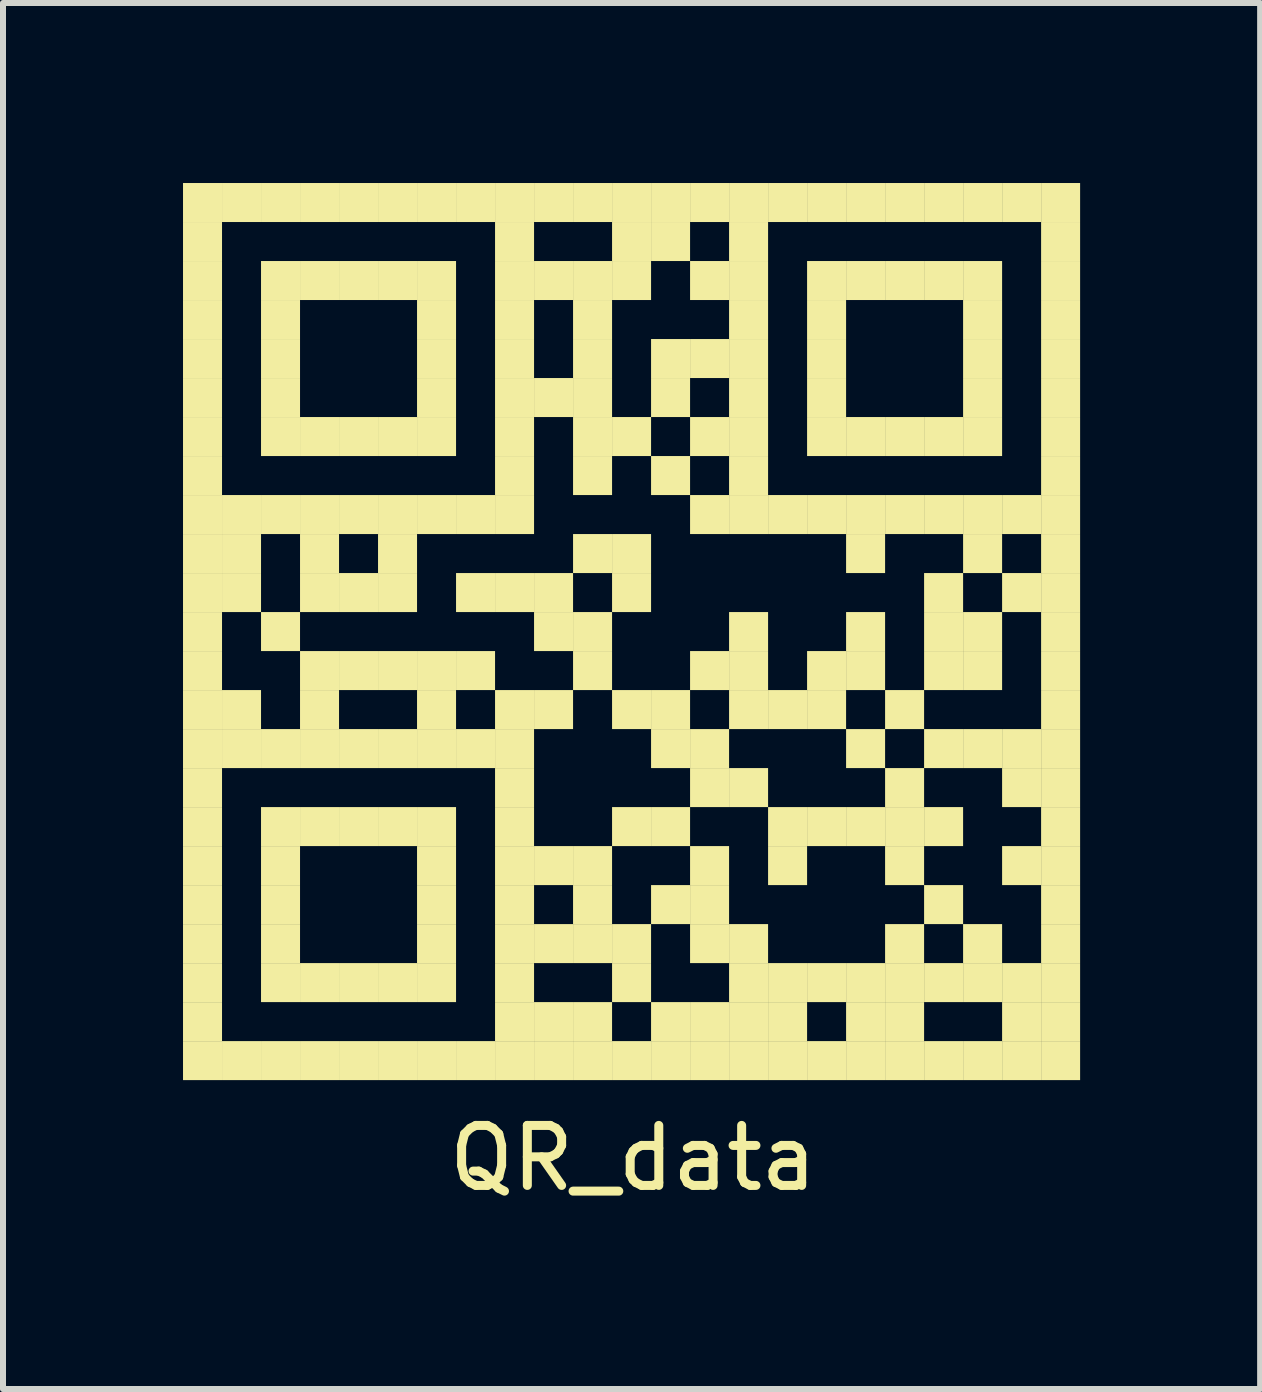
<source format=kicad_pcb>
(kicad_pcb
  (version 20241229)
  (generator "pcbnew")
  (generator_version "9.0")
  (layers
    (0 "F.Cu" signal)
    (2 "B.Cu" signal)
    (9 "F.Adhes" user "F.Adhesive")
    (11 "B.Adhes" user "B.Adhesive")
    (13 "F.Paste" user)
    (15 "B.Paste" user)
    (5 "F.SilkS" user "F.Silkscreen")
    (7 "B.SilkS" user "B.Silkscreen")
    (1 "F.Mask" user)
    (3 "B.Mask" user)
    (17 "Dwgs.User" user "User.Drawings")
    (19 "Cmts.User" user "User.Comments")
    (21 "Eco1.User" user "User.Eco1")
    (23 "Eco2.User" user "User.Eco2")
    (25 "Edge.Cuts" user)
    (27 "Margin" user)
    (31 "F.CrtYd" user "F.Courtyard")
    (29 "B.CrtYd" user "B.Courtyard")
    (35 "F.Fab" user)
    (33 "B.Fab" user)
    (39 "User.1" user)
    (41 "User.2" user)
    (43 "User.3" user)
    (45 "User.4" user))
  (footprint "QR_data"
    (layer "F.Cu")
    (at 7.5 7.5)
    (property "Reference" "QR_data" (at 0 8.75 0) (layer "F.SilkS") (effects (font (size 1 1) (thickness 0.15))))
    (attr exclude_from_pos_files exclude_from_bom allow_missing_courtyard)
    (fp_poly (pts (xy -7.5 -7.5) (xy -7.5 -6.85) (xy -6.85 -6.85) (xy -6.85 -7.5)) (stroke (width 0) (type solid)) (fill yes) (layer "F.SilkS"))
    (fp_poly (pts (xy -7.5 -6.85) (xy -7.5 -6.2) (xy -6.85 -6.2) (xy -6.85 -6.85)) (stroke (width 0) (type solid)) (fill yes) (layer "F.SilkS"))
    (fp_poly (pts (xy -7.5 -6.2) (xy -7.5 -5.55) (xy -6.85 -5.55) (xy -6.85 -6.2)) (stroke (width 0) (type solid)) (fill yes) (layer "F.SilkS"))
    (fp_poly (pts (xy -7.5 -5.55) (xy -7.5 -4.9) (xy -6.85 -4.9) (xy -6.85 -5.55)) (stroke (width 0) (type solid)) (fill yes) (layer "F.SilkS"))
    (fp_poly (pts (xy -7.5 -4.9) (xy -7.5 -4.25) (xy -6.85 -4.25) (xy -6.85 -4.9)) (stroke (width 0) (type solid)) (fill yes) (layer "F.SilkS"))
    (fp_poly (pts (xy -7.5 -4.25) (xy -7.5 -3.6) (xy -6.85 -3.6) (xy -6.85 -4.25)) (stroke (width 0) (type solid)) (fill yes) (layer "F.SilkS"))
    (fp_poly (pts (xy -7.5 -3.6) (xy -7.5 -2.95) (xy -6.85 -2.95) (xy -6.85 -3.6)) (stroke (width 0) (type solid)) (fill yes) (layer "F.SilkS"))
    (fp_poly (pts (xy -7.5 -2.95) (xy -7.5 -2.3) (xy -6.85 -2.3) (xy -6.85 -2.95)) (stroke (width 0) (type solid)) (fill yes) (layer "F.SilkS"))
    (fp_poly (pts (xy -7.5 -2.3) (xy -7.5 -1.65) (xy -6.85 -1.65) (xy -6.85 -2.3)) (stroke (width 0) (type solid)) (fill yes) (layer "F.SilkS"))
    (fp_poly (pts (xy -7.5 -1.65) (xy -7.5 -1) (xy -6.85 -1) (xy -6.85 -1.65)) (stroke (width 0) (type solid)) (fill yes) (layer "F.SilkS"))
    (fp_poly (pts (xy -7.5 -1) (xy -7.5 -0.35) (xy -6.85 -0.35) (xy -6.85 -1)) (stroke (width 0) (type solid)) (fill yes) (layer "F.SilkS"))
    (fp_poly (pts (xy -7.5 -0.35) (xy -7.5 0.3) (xy -6.85 0.3) (xy -6.85 -0.35)) (stroke (width 0) (type solid)) (fill yes) (layer "F.SilkS"))
    (fp_poly (pts (xy -7.5 0.3) (xy -7.5 0.95) (xy -6.85 0.95) (xy -6.85 0.3)) (stroke (width 0) (type solid)) (fill yes) (layer "F.SilkS"))
    (fp_poly (pts (xy -7.5 0.95) (xy -7.5 1.6) (xy -6.85 1.6) (xy -6.85 0.95)) (stroke (width 0) (type solid)) (fill yes) (layer "F.SilkS"))
    (fp_poly (pts (xy -7.5 1.6) (xy -7.5 2.25) (xy -6.85 2.25) (xy -6.85 1.6)) (stroke (width 0) (type solid)) (fill yes) (layer "F.SilkS"))
    (fp_poly (pts (xy -7.5 2.25) (xy -7.5 2.9) (xy -6.85 2.9) (xy -6.85 2.25)) (stroke (width 0) (type solid)) (fill yes) (layer "F.SilkS"))
    (fp_poly (pts (xy -7.5 2.9) (xy -7.5 3.55) (xy -6.85 3.55) (xy -6.85 2.9)) (stroke (width 0) (type solid)) (fill yes) (layer "F.SilkS"))
    (fp_poly (pts (xy -7.5 3.55) (xy -7.5 4.2) (xy -6.85 4.2) (xy -6.85 3.55)) (stroke (width 0) (type solid)) (fill yes) (layer "F.SilkS"))
    (fp_poly (pts (xy -7.5 4.2) (xy -7.5 4.85) (xy -6.85 4.85) (xy -6.85 4.2)) (stroke (width 0) (type solid)) (fill yes) (layer "F.SilkS"))
    (fp_poly (pts (xy -7.5 4.85) (xy -7.5 5.5) (xy -6.85 5.5) (xy -6.85 4.85)) (stroke (width 0) (type solid)) (fill yes) (layer "F.SilkS"))
    (fp_poly (pts (xy -7.5 5.5) (xy -7.5 6.15) (xy -6.85 6.15) (xy -6.85 5.5)) (stroke (width 0) (type solid)) (fill yes) (layer "F.SilkS"))
    (fp_poly (pts (xy -7.5 6.15) (xy -7.5 6.8) (xy -6.85 6.8) (xy -6.85 6.15)) (stroke (width 0) (type solid)) (fill yes) (layer "F.SilkS"))
    (fp_poly (pts (xy -7.5 6.8) (xy -7.5 7.45) (xy -6.85 7.45) (xy -6.85 6.8)) (stroke (width 0) (type solid)) (fill yes) (layer "F.SilkS"))
    (fp_poly (pts (xy -6.85 -7.5) (xy -6.85 -6.85) (xy -6.2 -6.85) (xy -6.2 -7.5)) (stroke (width 0) (type solid)) (fill yes) (layer "F.SilkS"))
    (fp_poly (pts (xy -6.85 -2.3) (xy -6.85 -1.65) (xy -6.2 -1.65) (xy -6.2 -2.3)) (stroke (width 0) (type solid)) (fill yes) (layer "F.SilkS"))
    (fp_poly (pts (xy -6.85 -1.65) (xy -6.85 -1) (xy -6.2 -1) (xy -6.2 -1.65)) (stroke (width 0) (type solid)) (fill yes) (layer "F.SilkS"))
    (fp_poly (pts (xy -6.85 -1) (xy -6.85 -0.35) (xy -6.2 -0.35) (xy -6.2 -1)) (stroke (width 0) (type solid)) (fill yes) (layer "F.SilkS"))
    (fp_poly (pts (xy -6.85 0.95) (xy -6.85 1.6) (xy -6.2 1.6) (xy -6.2 0.95)) (stroke (width 0) (type solid)) (fill yes) (layer "F.SilkS"))
    (fp_poly (pts (xy -6.85 1.6) (xy -6.85 2.25) (xy -6.2 2.25) (xy -6.2 1.6)) (stroke (width 0) (type solid)) (fill yes) (layer "F.SilkS"))
    (fp_poly (pts (xy -6.85 6.8) (xy -6.85 7.45) (xy -6.2 7.45) (xy -6.2 6.8)) (stroke (width 0) (type solid)) (fill yes) (layer "F.SilkS"))
    (fp_poly (pts (xy -6.2 -7.5) (xy -6.2 -6.85) (xy -5.55 -6.85) (xy -5.55 -7.5)) (stroke (width 0) (type solid)) (fill yes) (layer "F.SilkS"))
    (fp_poly (pts (xy -6.2 -6.2) (xy -6.2 -5.55) (xy -5.55 -5.55) (xy -5.55 -6.2)) (stroke (width 0) (type solid)) (fill yes) (layer "F.SilkS"))
    (fp_poly (pts (xy -6.2 -5.55) (xy -6.2 -4.9) (xy -5.55 -4.9) (xy -5.55 -5.55)) (stroke (width 0) (type solid)) (fill yes) (layer "F.SilkS"))
    (fp_poly (pts (xy -6.2 -4.9) (xy -6.2 -4.25) (xy -5.55 -4.25) (xy -5.55 -4.9)) (stroke (width 0) (type solid)) (fill yes) (layer "F.SilkS"))
    (fp_poly (pts (xy -6.2 -4.25) (xy -6.2 -3.6) (xy -5.55 -3.6) (xy -5.55 -4.25)) (stroke (width 0) (type solid)) (fill yes) (layer "F.SilkS"))
    (fp_poly (pts (xy -6.2 -3.6) (xy -6.2 -2.95) (xy -5.55 -2.95) (xy -5.55 -3.6)) (stroke (width 0) (type solid)) (fill yes) (layer "F.SilkS"))
    (fp_poly (pts (xy -6.2 -2.3) (xy -6.2 -1.65) (xy -5.55 -1.65) (xy -5.55 -2.3)) (stroke (width 0) (type solid)) (fill yes) (layer "F.SilkS"))
    (fp_poly (pts (xy -6.2 -0.35) (xy -6.2 0.3) (xy -5.55 0.3) (xy -5.55 -0.35)) (stroke (width 0) (type solid)) (fill yes) (layer "F.SilkS"))
    (fp_poly (pts (xy -6.2 1.6) (xy -6.2 2.25) (xy -5.55 2.25) (xy -5.55 1.6)) (stroke (width 0) (type solid)) (fill yes) (layer "F.SilkS"))
    (fp_poly (pts (xy -6.2 2.9) (xy -6.2 3.55) (xy -5.55 3.55) (xy -5.55 2.9)) (stroke (width 0) (type solid)) (fill yes) (layer "F.SilkS"))
    (fp_poly (pts (xy -6.2 3.55) (xy -6.2 4.2) (xy -5.55 4.2) (xy -5.55 3.55)) (stroke (width 0) (type solid)) (fill yes) (layer "F.SilkS"))
    (fp_poly (pts (xy -6.2 4.2) (xy -6.2 4.85) (xy -5.55 4.85) (xy -5.55 4.2)) (stroke (width 0) (type solid)) (fill yes) (layer "F.SilkS"))
    (fp_poly (pts (xy -6.2 4.85) (xy -6.2 5.5) (xy -5.55 5.5) (xy -5.55 4.85)) (stroke (width 0) (type solid)) (fill yes) (layer "F.SilkS"))
    (fp_poly (pts (xy -6.2 5.5) (xy -6.2 6.15) (xy -5.55 6.15) (xy -5.55 5.5)) (stroke (width 0) (type solid)) (fill yes) (layer "F.SilkS"))
    (fp_poly (pts (xy -6.2 6.8) (xy -6.2 7.45) (xy -5.55 7.45) (xy -5.55 6.8)) (stroke (width 0) (type solid)) (fill yes) (layer "F.SilkS"))
    (fp_poly (pts (xy -5.55 -7.5) (xy -5.55 -6.85) (xy -4.9 -6.85) (xy -4.9 -7.5)) (stroke (width 0) (type solid)) (fill yes) (layer "F.SilkS"))
    (fp_poly (pts (xy -5.55 -6.2) (xy -5.55 -5.55) (xy -4.9 -5.55) (xy -4.9 -6.2)) (stroke (width 0) (type solid)) (fill yes) (layer "F.SilkS"))
    (fp_poly (pts (xy -5.55 -3.6) (xy -5.55 -2.95) (xy -4.9 -2.95) (xy -4.9 -3.6)) (stroke (width 0) (type solid)) (fill yes) (layer "F.SilkS"))
    (fp_poly (pts (xy -5.55 -2.3) (xy -5.55 -1.65) (xy -4.9 -1.65) (xy -4.9 -2.3)) (stroke (width 0) (type solid)) (fill yes) (layer "F.SilkS"))
    (fp_poly (pts (xy -5.55 -1.65) (xy -5.55 -1) (xy -4.9 -1) (xy -4.9 -1.65)) (stroke (width 0) (type solid)) (fill yes) (layer "F.SilkS"))
    (fp_poly (pts (xy -5.55 -1) (xy -5.55 -0.35) (xy -4.9 -0.35) (xy -4.9 -1)) (stroke (width 0) (type solid)) (fill yes) (layer "F.SilkS"))
    (fp_poly (pts (xy -5.55 0.3) (xy -5.55 0.95) (xy -4.9 0.95) (xy -4.9 0.3)) (stroke (width 0) (type solid)) (fill yes) (layer "F.SilkS"))
    (fp_poly (pts (xy -5.55 0.95) (xy -5.55 1.6) (xy -4.9 1.6) (xy -4.9 0.95)) (stroke (width 0) (type solid)) (fill yes) (layer "F.SilkS"))
    (fp_poly (pts (xy -5.55 1.6) (xy -5.55 2.25) (xy -4.9 2.25) (xy -4.9 1.6)) (stroke (width 0) (type solid)) (fill yes) (layer "F.SilkS"))
    (fp_poly (pts (xy -5.55 2.9) (xy -5.55 3.55) (xy -4.9 3.55) (xy -4.9 2.9)) (stroke (width 0) (type solid)) (fill yes) (layer "F.SilkS"))
    (fp_poly (pts (xy -5.55 5.5) (xy -5.55 6.15) (xy -4.9 6.15) (xy -4.9 5.5)) (stroke (width 0) (type solid)) (fill yes) (layer "F.SilkS"))
    (fp_poly (pts (xy -5.55 6.8) (xy -5.55 7.45) (xy -4.9 7.45) (xy -4.9 6.8)) (stroke (width 0) (type solid)) (fill yes) (layer "F.SilkS"))
    (fp_poly (pts (xy -4.9 -7.5) (xy -4.9 -6.85) (xy -4.25 -6.85) (xy -4.25 -7.5)) (stroke (width 0) (type solid)) (fill yes) (layer "F.SilkS"))
    (fp_poly (pts (xy -4.9 -6.2) (xy -4.9 -5.55) (xy -4.25 -5.55) (xy -4.25 -6.2)) (stroke (width 0) (type solid)) (fill yes) (layer "F.SilkS"))
    (fp_poly (pts (xy -4.9 -3.6) (xy -4.9 -2.95) (xy -4.25 -2.95) (xy -4.25 -3.6)) (stroke (width 0) (type solid)) (fill yes) (layer "F.SilkS"))
    (fp_poly (pts (xy -4.9 -2.3) (xy -4.9 -1.65) (xy -4.25 -1.65) (xy -4.25 -2.3)) (stroke (width 0) (type solid)) (fill yes) (layer "F.SilkS"))
    (fp_poly (pts (xy -4.9 -1) (xy -4.9 -0.35) (xy -4.25 -0.35) (xy -4.25 -1)) (stroke (width 0) (type solid)) (fill yes) (layer "F.SilkS"))
    (fp_poly (pts (xy -4.9 0.3) (xy -4.9 0.95) (xy -4.25 0.95) (xy -4.25 0.3)) (stroke (width 0) (type solid)) (fill yes) (layer "F.SilkS"))
    (fp_poly (pts (xy -4.9 1.6) (xy -4.9 2.25) (xy -4.25 2.25) (xy -4.25 1.6)) (stroke (width 0) (type solid)) (fill yes) (layer "F.SilkS"))
    (fp_poly (pts (xy -4.9 2.9) (xy -4.9 3.55) (xy -4.25 3.55) (xy -4.25 2.9)) (stroke (width 0) (type solid)) (fill yes) (layer "F.SilkS"))
    (fp_poly (pts (xy -4.9 5.5) (xy -4.9 6.15) (xy -4.25 6.15) (xy -4.25 5.5)) (stroke (width 0) (type solid)) (fill yes) (layer "F.SilkS"))
    (fp_poly (pts (xy -4.9 6.8) (xy -4.9 7.45) (xy -4.25 7.45) (xy -4.25 6.8)) (stroke (width 0) (type solid)) (fill yes) (layer "F.SilkS"))
    (fp_poly (pts (xy -4.25 -7.5) (xy -4.25 -6.85) (xy -3.6 -6.85) (xy -3.6 -7.5)) (stroke (width 0) (type solid)) (fill yes) (layer "F.SilkS"))
    (fp_poly (pts (xy -4.25 -6.2) (xy -4.25 -5.55) (xy -3.6 -5.55) (xy -3.6 -6.2)) (stroke (width 0) (type solid)) (fill yes) (layer "F.SilkS"))
    (fp_poly (pts (xy -4.25 -3.6) (xy -4.25 -2.95) (xy -3.6 -2.95) (xy -3.6 -3.6)) (stroke (width 0) (type solid)) (fill yes) (layer "F.SilkS"))
    (fp_poly (pts (xy -4.25 -2.3) (xy -4.25 -1.65) (xy -3.6 -1.65) (xy -3.6 -2.3)) (stroke (width 0) (type solid)) (fill yes) (layer "F.SilkS"))
    (fp_poly (pts (xy -4.25 -1.65) (xy -4.25 -1) (xy -3.6 -1) (xy -3.6 -1.65)) (stroke (width 0) (type solid)) (fill yes) (layer "F.SilkS"))
    (fp_poly (pts (xy -4.25 -1) (xy -4.25 -0.35) (xy -3.6 -0.35) (xy -3.6 -1)) (stroke (width 0) (type solid)) (fill yes) (layer "F.SilkS"))
    (fp_poly (pts (xy -4.25 0.3) (xy -4.25 0.95) (xy -3.6 0.95) (xy -3.6 0.3)) (stroke (width 0) (type solid)) (fill yes) (layer "F.SilkS"))
    (fp_poly (pts (xy -4.25 1.6) (xy -4.25 2.25) (xy -3.6 2.25) (xy -3.6 1.6)) (stroke (width 0) (type solid)) (fill yes) (layer "F.SilkS"))
    (fp_poly (pts (xy -4.25 2.9) (xy -4.25 3.55) (xy -3.6 3.55) (xy -3.6 2.9)) (stroke (width 0) (type solid)) (fill yes) (layer "F.SilkS"))
    (fp_poly (pts (xy -4.25 5.5) (xy -4.25 6.15) (xy -3.6 6.15) (xy -3.6 5.5)) (stroke (width 0) (type solid)) (fill yes) (layer "F.SilkS"))
    (fp_poly (pts (xy -4.25 6.8) (xy -4.25 7.45) (xy -3.6 7.45) (xy -3.6 6.8)) (stroke (width 0) (type solid)) (fill yes) (layer "F.SilkS"))
    (fp_poly (pts (xy -3.6 -7.5) (xy -3.6 -6.85) (xy -2.95 -6.85) (xy -2.95 -7.5)) (stroke (width 0) (type solid)) (fill yes) (layer "F.SilkS"))
    (fp_poly (pts (xy -3.6 -6.2) (xy -3.6 -5.55) (xy -2.95 -5.55) (xy -2.95 -6.2)) (stroke (width 0) (type solid)) (fill yes) (layer "F.SilkS"))
    (fp_poly (pts (xy -3.6 -5.55) (xy -3.6 -4.9) (xy -2.95 -4.9) (xy -2.95 -5.55)) (stroke (width 0) (type solid)) (fill yes) (layer "F.SilkS"))
    (fp_poly (pts (xy -3.6 -4.9) (xy -3.6 -4.25) (xy -2.95 -4.25) (xy -2.95 -4.9)) (stroke (width 0) (type solid)) (fill yes) (layer "F.SilkS"))
    (fp_poly (pts (xy -3.6 -4.25) (xy -3.6 -3.6) (xy -2.95 -3.6) (xy -2.95 -4.25)) (stroke (width 0) (type solid)) (fill yes) (layer "F.SilkS"))
    (fp_poly (pts (xy -3.6 -3.6) (xy -3.6 -2.95) (xy -2.95 -2.95) (xy -2.95 -3.6)) (stroke (width 0) (type solid)) (fill yes) (layer "F.SilkS"))
    (fp_poly (pts (xy -3.6 -2.3) (xy -3.6 -1.65) (xy -2.95 -1.65) (xy -2.95 -2.3)) (stroke (width 0) (type solid)) (fill yes) (layer "F.SilkS"))
    (fp_poly (pts (xy -3.6 0.3) (xy -3.6 0.95) (xy -2.95 0.95) (xy -2.95 0.3)) (stroke (width 0) (type solid)) (fill yes) (layer "F.SilkS"))
    (fp_poly (pts (xy -3.6 0.95) (xy -3.6 1.6) (xy -2.95 1.6) (xy -2.95 0.95)) (stroke (width 0) (type solid)) (fill yes) (layer "F.SilkS"))
    (fp_poly (pts (xy -3.6 1.6) (xy -3.6 2.25) (xy -2.95 2.25) (xy -2.95 1.6)) (stroke (width 0) (type solid)) (fill yes) (layer "F.SilkS"))
    (fp_poly (pts (xy -3.6 2.9) (xy -3.6 3.55) (xy -2.95 3.55) (xy -2.95 2.9)) (stroke (width 0) (type solid)) (fill yes) (layer "F.SilkS"))
    (fp_poly (pts (xy -3.6 3.55) (xy -3.6 4.2) (xy -2.95 4.2) (xy -2.95 3.55)) (stroke (width 0) (type solid)) (fill yes) (layer "F.SilkS"))
    (fp_poly (pts (xy -3.6 4.2) (xy -3.6 4.85) (xy -2.95 4.85) (xy -2.95 4.2)) (stroke (width 0) (type solid)) (fill yes) (layer "F.SilkS"))
    (fp_poly (pts (xy -3.6 4.85) (xy -3.6 5.5) (xy -2.95 5.5) (xy -2.95 4.85)) (stroke (width 0) (type solid)) (fill yes) (layer "F.SilkS"))
    (fp_poly (pts (xy -3.6 5.5) (xy -3.6 6.15) (xy -2.95 6.15) (xy -2.95 5.5)) (stroke (width 0) (type solid)) (fill yes) (layer "F.SilkS"))
    (fp_poly (pts (xy -3.6 6.8) (xy -3.6 7.45) (xy -2.95 7.45) (xy -2.95 6.8)) (stroke (width 0) (type solid)) (fill yes) (layer "F.SilkS"))
    (fp_poly (pts (xy -2.95 -7.5) (xy -2.95 -6.85) (xy -2.3 -6.85) (xy -2.3 -7.5)) (stroke (width 0) (type solid)) (fill yes) (layer "F.SilkS"))
    (fp_poly (pts (xy -2.95 -2.3) (xy -2.95 -1.65) (xy -2.3 -1.65) (xy -2.3 -2.3)) (stroke (width 0) (type solid)) (fill yes) (layer "F.SilkS"))
    (fp_poly (pts (xy -2.95 -1) (xy -2.95 -0.35) (xy -2.3 -0.35) (xy -2.3 -1)) (stroke (width 0) (type solid)) (fill yes) (layer "F.SilkS"))
    (fp_poly (pts (xy -2.95 0.3) (xy -2.95 0.95) (xy -2.3 0.95) (xy -2.3 0.3)) (stroke (width 0) (type solid)) (fill yes) (layer "F.SilkS"))
    (fp_poly (pts (xy -2.95 1.6) (xy -2.95 2.25) (xy -2.3 2.25) (xy -2.3 1.6)) (stroke (width 0) (type solid)) (fill yes) (layer "F.SilkS"))
    (fp_poly (pts (xy -2.95 6.8) (xy -2.95 7.45) (xy -2.3 7.45) (xy -2.3 6.8)) (stroke (width 0) (type solid)) (fill yes) (layer "F.SilkS"))
    (fp_poly (pts (xy -2.3 -7.5) (xy -2.3 -6.85) (xy -1.65 -6.85) (xy -1.65 -7.5)) (stroke (width 0) (type solid)) (fill yes) (layer "F.SilkS"))
    (fp_poly (pts (xy -2.3 -6.85) (xy -2.3 -6.2) (xy -1.65 -6.2) (xy -1.65 -6.85)) (stroke (width 0) (type solid)) (fill yes) (layer "F.SilkS"))
    (fp_poly (pts (xy -2.3 -6.2) (xy -2.3 -5.55) (xy -1.65 -5.55) (xy -1.65 -6.2)) (stroke (width 0) (type solid)) (fill yes) (layer "F.SilkS"))
    (fp_poly (pts (xy -2.3 -5.55) (xy -2.3 -4.9) (xy -1.65 -4.9) (xy -1.65 -5.55)) (stroke (width 0) (type solid)) (fill yes) (layer "F.SilkS"))
    (fp_poly (pts (xy -2.3 -4.9) (xy -2.3 -4.25) (xy -1.65 -4.25) (xy -1.65 -4.9)) (stroke (width 0) (type solid)) (fill yes) (layer "F.SilkS"))
    (fp_poly (pts (xy -2.3 -4.25) (xy -2.3 -3.6) (xy -1.65 -3.6) (xy -1.65 -4.25)) (stroke (width 0) (type solid)) (fill yes) (layer "F.SilkS"))
    (fp_poly (pts (xy -2.3 -3.6) (xy -2.3 -2.95) (xy -1.65 -2.95) (xy -1.65 -3.6)) (stroke (width 0) (type solid)) (fill yes) (layer "F.SilkS"))
    (fp_poly (pts (xy -2.3 -2.95) (xy -2.3 -2.3) (xy -1.65 -2.3) (xy -1.65 -2.95)) (stroke (width 0) (type solid)) (fill yes) (layer "F.SilkS"))
    (fp_poly (pts (xy -2.3 -2.3) (xy -2.3 -1.65) (xy -1.65 -1.65) (xy -1.65 -2.3)) (stroke (width 0) (type solid)) (fill yes) (layer "F.SilkS"))
    (fp_poly (pts (xy -2.3 -1) (xy -2.3 -0.35) (xy -1.65 -0.35) (xy -1.65 -1)) (stroke (width 0) (type solid)) (fill yes) (layer "F.SilkS"))
    (fp_poly (pts (xy -2.3 0.95) (xy -2.3 1.6) (xy -1.65 1.6) (xy -1.65 0.95)) (stroke (width 0) (type solid)) (fill yes) (layer "F.SilkS"))
    (fp_poly (pts (xy -2.3 1.6) (xy -2.3 2.25) (xy -1.65 2.25) (xy -1.65 1.6)) (stroke (width 0) (type solid)) (fill yes) (layer "F.SilkS"))
    (fp_poly (pts (xy -2.3 2.25) (xy -2.3 2.9) (xy -1.65 2.9) (xy -1.65 2.25)) (stroke (width 0) (type solid)) (fill yes) (layer "F.SilkS"))
    (fp_poly (pts (xy -2.3 2.9) (xy -2.3 3.55) (xy -1.65 3.55) (xy -1.65 2.9)) (stroke (width 0) (type solid)) (fill yes) (layer "F.SilkS"))
    (fp_poly (pts (xy -2.3 3.55) (xy -2.3 4.2) (xy -1.65 4.2) (xy -1.65 3.55)) (stroke (width 0) (type solid)) (fill yes) (layer "F.SilkS"))
    (fp_poly (pts (xy -2.3 4.2) (xy -2.3 4.85) (xy -1.65 4.85) (xy -1.65 4.2)) (stroke (width 0) (type solid)) (fill yes) (layer "F.SilkS"))
    (fp_poly (pts (xy -2.3 4.85) (xy -2.3 5.5) (xy -1.65 5.5) (xy -1.65 4.85)) (stroke (width 0) (type solid)) (fill yes) (layer "F.SilkS"))
    (fp_poly (pts (xy -2.3 5.5) (xy -2.3 6.15) (xy -1.65 6.15) (xy -1.65 5.5)) (stroke (width 0) (type solid)) (fill yes) (layer "F.SilkS"))
    (fp_poly (pts (xy -2.3 6.15) (xy -2.3 6.8) (xy -1.65 6.8) (xy -1.65 6.15)) (stroke (width 0) (type solid)) (fill yes) (layer "F.SilkS"))
    (fp_poly (pts (xy -2.3 6.8) (xy -2.3 7.45) (xy -1.65 7.45) (xy -1.65 6.8)) (stroke (width 0) (type solid)) (fill yes) (layer "F.SilkS"))
    (fp_poly (pts (xy -1.65 -7.5) (xy -1.65 -6.85) (xy -1 -6.85) (xy -1 -7.5)) (stroke (width 0) (type solid)) (fill yes) (layer "F.SilkS"))
    (fp_poly (pts (xy -1.65 -6.2) (xy -1.65 -5.55) (xy -1 -5.55) (xy -1 -6.2)) (stroke (width 0) (type solid)) (fill yes) (layer "F.SilkS"))
    (fp_poly (pts (xy -1.65 -4.25) (xy -1.65 -3.6) (xy -1 -3.6) (xy -1 -4.25)) (stroke (width 0) (type solid)) (fill yes) (layer "F.SilkS"))
    (fp_poly (pts (xy -1.65 -1) (xy -1.65 -0.35) (xy -1 -0.35) (xy -1 -1)) (stroke (width 0) (type solid)) (fill yes) (layer "F.SilkS"))
    (fp_poly (pts (xy -1.65 -0.35) (xy -1.65 0.3) (xy -1 0.3) (xy -1 -0.35)) (stroke (width 0) (type solid)) (fill yes) (layer "F.SilkS"))
    (fp_poly (pts (xy -1.65 0.95) (xy -1.65 1.6) (xy -1 1.6) (xy -1 0.95)) (stroke (width 0) (type solid)) (fill yes) (layer "F.SilkS"))
    (fp_poly (pts (xy -1.65 3.55) (xy -1.65 4.2) (xy -1 4.2) (xy -1 3.55)) (stroke (width 0) (type solid)) (fill yes) (layer "F.SilkS"))
    (fp_poly (pts (xy -1.65 4.85) (xy -1.65 5.5) (xy -1 5.5) (xy -1 4.85)) (stroke (width 0) (type solid)) (fill yes) (layer "F.SilkS"))
    (fp_poly (pts (xy -1.65 6.15) (xy -1.65 6.8) (xy -1 6.8) (xy -1 6.15)) (stroke (width 0) (type solid)) (fill yes) (layer "F.SilkS"))
    (fp_poly (pts (xy -1.65 6.8) (xy -1.65 7.45) (xy -1 7.45) (xy -1 6.8)) (stroke (width 0) (type solid)) (fill yes) (layer "F.SilkS"))
    (fp_poly (pts (xy -1 -7.5) (xy -1 -6.85) (xy -0.35 -6.85) (xy -0.35 -7.5)) (stroke (width 0) (type solid)) (fill yes) (layer "F.SilkS"))
    (fp_poly (pts (xy -1 -6.2) (xy -1 -5.55) (xy -0.35 -5.55) (xy -0.35 -6.2)) (stroke (width 0) (type solid)) (fill yes) (layer "F.SilkS"))
    (fp_poly (pts (xy -1 -5.55) (xy -1 -4.9) (xy -0.35 -4.9) (xy -0.35 -5.55)) (stroke (width 0) (type solid)) (fill yes) (layer "F.SilkS"))
    (fp_poly (pts (xy -1 -4.9) (xy -1 -4.25) (xy -0.35 -4.25) (xy -0.35 -4.9)) (stroke (width 0) (type solid)) (fill yes) (layer "F.SilkS"))
    (fp_poly (pts (xy -1 -4.25) (xy -1 -3.6) (xy -0.35 -3.6) (xy -0.35 -4.25)) (stroke (width 0) (type solid)) (fill yes) (layer "F.SilkS"))
    (fp_poly (pts (xy -1 -3.6) (xy -1 -2.95) (xy -0.35 -2.95) (xy -0.35 -3.6)) (stroke (width 0) (type solid)) (fill yes) (layer "F.SilkS"))
    (fp_poly (pts (xy -1 -2.95) (xy -1 -2.3) (xy -0.35 -2.3) (xy -0.35 -2.95)) (stroke (width 0) (type solid)) (fill yes) (layer "F.SilkS"))
    (fp_poly (pts (xy -1 -1.65) (xy -1 -1) (xy -0.35 -1) (xy -0.35 -1.65)) (stroke (width 0) (type solid)) (fill yes) (layer "F.SilkS"))
    (fp_poly (pts (xy -1 -0.35) (xy -1 0.3) (xy -0.35 0.3) (xy -0.35 -0.35)) (stroke (width 0) (type solid)) (fill yes) (layer "F.SilkS"))
    (fp_poly (pts (xy -1 0.3) (xy -1 0.95) (xy -0.35 0.95) (xy -0.35 0.3)) (stroke (width 0) (type solid)) (fill yes) (layer "F.SilkS"))
    (fp_poly (pts (xy -1 3.55) (xy -1 4.2) (xy -0.35 4.2) (xy -0.35 3.55)) (stroke (width 0) (type solid)) (fill yes) (layer "F.SilkS"))
    (fp_poly (pts (xy -1 4.2) (xy -1 4.85) (xy -0.35 4.85) (xy -0.35 4.2)) (stroke (width 0) (type solid)) (fill yes) (layer "F.SilkS"))
    (fp_poly (pts (xy -1 4.85) (xy -1 5.5) (xy -0.35 5.5) (xy -0.35 4.85)) (stroke (width 0) (type solid)) (fill yes) (layer "F.SilkS"))
    (fp_poly (pts (xy -1 6.15) (xy -1 6.8) (xy -0.35 6.8) (xy -0.35 6.15)) (stroke (width 0) (type solid)) (fill yes) (layer "F.SilkS"))
    (fp_poly (pts (xy -1 6.8) (xy -1 7.45) (xy -0.35 7.45) (xy -0.35 6.8)) (stroke (width 0) (type solid)) (fill yes) (layer "F.SilkS"))
    (fp_poly (pts (xy -0.35 -7.5) (xy -0.35 -6.85) (xy 0.3 -6.85) (xy 0.3 -7.5)) (stroke (width 0) (type solid)) (fill yes) (layer "F.SilkS"))
    (fp_poly (pts (xy -0.35 -6.85) (xy -0.35 -6.2) (xy 0.3 -6.2) (xy 0.3 -6.85)) (stroke (width 0) (type solid)) (fill yes) (layer "F.SilkS"))
    (fp_poly (pts (xy -0.35 -6.2) (xy -0.35 -5.55) (xy 0.3 -5.55) (xy 0.3 -6.2)) (stroke (width 0) (type solid)) (fill yes) (layer "F.SilkS"))
    (fp_poly (pts (xy -0.35 -3.6) (xy -0.35 -2.95) (xy 0.3 -2.95) (xy 0.3 -3.6)) (stroke (width 0) (type solid)) (fill yes) (layer "F.SilkS"))
    (fp_poly (pts (xy -0.35 -1.65) (xy -0.35 -1) (xy 0.3 -1) (xy 0.3 -1.65)) (stroke (width 0) (type solid)) (fill yes) (layer "F.SilkS"))
    (fp_poly (pts (xy -0.35 -1) (xy -0.35 -0.35) (xy 0.3 -0.35) (xy 0.3 -1)) (stroke (width 0) (type solid)) (fill yes) (layer "F.SilkS"))
    (fp_poly (pts (xy -0.35 0.95) (xy -0.35 1.6) (xy 0.3 1.6) (xy 0.3 0.95)) (stroke (width 0) (type solid)) (fill yes) (layer "F.SilkS"))
    (fp_poly (pts (xy -0.35 2.9) (xy -0.35 3.55) (xy 0.3 3.55) (xy 0.3 2.9)) (stroke (width 0) (type solid)) (fill yes) (layer "F.SilkS"))
    (fp_poly (pts (xy -0.35 4.85) (xy -0.35 5.5) (xy 0.3 5.5) (xy 0.3 4.85)) (stroke (width 0) (type solid)) (fill yes) (layer "F.SilkS"))
    (fp_poly (pts (xy -0.35 5.5) (xy -0.35 6.15) (xy 0.3 6.15) (xy 0.3 5.5)) (stroke (width 0) (type solid)) (fill yes) (layer "F.SilkS"))
    (fp_poly (pts (xy -0.35 6.8) (xy -0.35 7.45) (xy 0.3 7.45) (xy 0.3 6.8)) (stroke (width 0) (type solid)) (fill yes) (layer "F.SilkS"))
    (fp_poly (pts (xy 0.3 -7.5) (xy 0.3 -6.85) (xy 0.95 -6.85) (xy 0.95 -7.5)) (stroke (width 0) (type solid)) (fill yes) (layer "F.SilkS"))
    (fp_poly (pts (xy 0.3 -6.85) (xy 0.3 -6.2) (xy 0.95 -6.2) (xy 0.95 -6.85)) (stroke (width 0) (type solid)) (fill yes) (layer "F.SilkS"))
    (fp_poly (pts (xy 0.3 -4.9) (xy 0.3 -4.25) (xy 0.95 -4.25) (xy 0.95 -4.9)) (stroke (width 0) (type solid)) (fill yes) (layer "F.SilkS"))
    (fp_poly (pts (xy 0.3 -4.25) (xy 0.3 -3.6) (xy 0.95 -3.6) (xy 0.95 -4.25)) (stroke (width 0) (type solid)) (fill yes) (layer "F.SilkS"))
    (fp_poly (pts (xy 0.3 -2.95) (xy 0.3 -2.3) (xy 0.95 -2.3) (xy 0.95 -2.95)) (stroke (width 0) (type solid)) (fill yes) (layer "F.SilkS"))
    (fp_poly (pts (xy 0.3 0.95) (xy 0.3 1.6) (xy 0.95 1.6) (xy 0.95 0.95)) (stroke (width 0) (type solid)) (fill yes) (layer "F.SilkS"))
    (fp_poly (pts (xy 0.3 1.6) (xy 0.3 2.25) (xy 0.95 2.25) (xy 0.95 1.6)) (stroke (width 0) (type solid)) (fill yes) (layer "F.SilkS"))
    (fp_poly (pts (xy 0.3 2.9) (xy 0.3 3.55) (xy 0.95 3.55) (xy 0.95 2.9)) (stroke (width 0) (type solid)) (fill yes) (layer "F.SilkS"))
    (fp_poly (pts (xy 0.3 4.2) (xy 0.3 4.85) (xy 0.95 4.85) (xy 0.95 4.2)) (stroke (width 0) (type solid)) (fill yes) (layer "F.SilkS"))
    (fp_poly (pts (xy 0.3 6.15) (xy 0.3 6.8) (xy 0.95 6.8) (xy 0.95 6.15)) (stroke (width 0) (type solid)) (fill yes) (layer "F.SilkS"))
    (fp_poly (pts (xy 0.3 6.8) (xy 0.3 7.45) (xy 0.95 7.45) (xy 0.95 6.8)) (stroke (width 0) (type solid)) (fill yes) (layer "F.SilkS"))
    (fp_poly (pts (xy 0.95 -7.5) (xy 0.95 -6.85) (xy 1.6 -6.85) (xy 1.6 -7.5)) (stroke (width 0) (type solid)) (fill yes) (layer "F.SilkS"))
    (fp_poly (pts (xy 0.95 -6.2) (xy 0.95 -5.55) (xy 1.6 -5.55) (xy 1.6 -6.2)) (stroke (width 0) (type solid)) (fill yes) (layer "F.SilkS"))
    (fp_poly (pts (xy 0.95 -4.9) (xy 0.95 -4.25) (xy 1.6 -4.25) (xy 1.6 -4.9)) (stroke (width 0) (type solid)) (fill yes) (layer "F.SilkS"))
    (fp_poly (pts (xy 0.95 -3.6) (xy 0.95 -2.95) (xy 1.6 -2.95) (xy 1.6 -3.6)) (stroke (width 0) (type solid)) (fill yes) (layer "F.SilkS"))
    (fp_poly (pts (xy 0.95 -2.3) (xy 0.95 -1.65) (xy 1.6 -1.65) (xy 1.6 -2.3)) (stroke (width 0) (type solid)) (fill yes) (layer "F.SilkS"))
    (fp_poly (pts (xy 0.95 0.3) (xy 0.95 0.95) (xy 1.6 0.95) (xy 1.6 0.3)) (stroke (width 0) (type solid)) (fill yes) (layer "F.SilkS"))
    (fp_poly (pts (xy 0.95 1.6) (xy 0.95 2.25) (xy 1.6 2.25) (xy 1.6 1.6)) (stroke (width 0) (type solid)) (fill yes) (layer "F.SilkS"))
    (fp_poly (pts (xy 0.95 2.25) (xy 0.95 2.9) (xy 1.6 2.9) (xy 1.6 2.25)) (stroke (width 0) (type solid)) (fill yes) (layer "F.SilkS"))
    (fp_poly (pts (xy 0.95 3.55) (xy 0.95 4.2) (xy 1.6 4.2) (xy 1.6 3.55)) (stroke (width 0) (type solid)) (fill yes) (layer "F.SilkS"))
    (fp_poly (pts (xy 0.95 4.2) (xy 0.95 4.85) (xy 1.6 4.85) (xy 1.6 4.2)) (stroke (width 0) (type solid)) (fill yes) (layer "F.SilkS"))
    (fp_poly (pts (xy 0.95 4.85) (xy 0.95 5.5) (xy 1.6 5.5) (xy 1.6 4.85)) (stroke (width 0) (type solid)) (fill yes) (layer "F.SilkS"))
    (fp_poly (pts (xy 0.95 6.15) (xy 0.95 6.8) (xy 1.6 6.8) (xy 1.6 6.15)) (stroke (width 0) (type solid)) (fill yes) (layer "F.SilkS"))
    (fp_poly (pts (xy 0.95 6.8) (xy 0.95 7.45) (xy 1.6 7.45) (xy 1.6 6.8)) (stroke (width 0) (type solid)) (fill yes) (layer "F.SilkS"))
    (fp_poly (pts (xy 1.6 -7.5) (xy 1.6 -6.85) (xy 2.25 -6.85) (xy 2.25 -7.5)) (stroke (width 0) (type solid)) (fill yes) (layer "F.SilkS"))
    (fp_poly (pts (xy 1.6 -6.85) (xy 1.6 -6.2) (xy 2.25 -6.2) (xy 2.25 -6.85)) (stroke (width 0) (type solid)) (fill yes) (layer "F.SilkS"))
    (fp_poly (pts (xy 1.6 -6.2) (xy 1.6 -5.55) (xy 2.25 -5.55) (xy 2.25 -6.2)) (stroke (width 0) (type solid)) (fill yes) (layer "F.SilkS"))
    (fp_poly (pts (xy 1.6 -5.55) (xy 1.6 -4.9) (xy 2.25 -4.9) (xy 2.25 -5.55)) (stroke (width 0) (type solid)) (fill yes) (layer "F.SilkS"))
    (fp_poly (pts (xy 1.6 -4.9) (xy 1.6 -4.25) (xy 2.25 -4.25) (xy 2.25 -4.9)) (stroke (width 0) (type solid)) (fill yes) (layer "F.SilkS"))
    (fp_poly (pts (xy 1.6 -4.25) (xy 1.6 -3.6) (xy 2.25 -3.6) (xy 2.25 -4.25)) (stroke (width 0) (type solid)) (fill yes) (layer "F.SilkS"))
    (fp_poly (pts (xy 1.6 -3.6) (xy 1.6 -2.95) (xy 2.25 -2.95) (xy 2.25 -3.6)) (stroke (width 0) (type solid)) (fill yes) (layer "F.SilkS"))
    (fp_poly (pts (xy 1.6 -2.95) (xy 1.6 -2.3) (xy 2.25 -2.3) (xy 2.25 -2.95)) (stroke (width 0) (type solid)) (fill yes) (layer "F.SilkS"))
    (fp_poly (pts (xy 1.6 -2.3) (xy 1.6 -1.65) (xy 2.25 -1.65) (xy 2.25 -2.3)) (stroke (width 0) (type solid)) (fill yes) (layer "F.SilkS"))
    (fp_poly (pts (xy 1.6 -0.35) (xy 1.6 0.3) (xy 2.25 0.3) (xy 2.25 -0.35)) (stroke (width 0) (type solid)) (fill yes) (layer "F.SilkS"))
    (fp_poly (pts (xy 1.6 0.3) (xy 1.6 0.95) (xy 2.25 0.95) (xy 2.25 0.3)) (stroke (width 0) (type solid)) (fill yes) (layer "F.SilkS"))
    (fp_poly (pts (xy 1.6 0.95) (xy 1.6 1.6) (xy 2.25 1.6) (xy 2.25 0.95)) (stroke (width 0) (type solid)) (fill yes) (layer "F.SilkS"))
    (fp_poly (pts (xy 1.6 2.25) (xy 1.6 2.9) (xy 2.25 2.9) (xy 2.25 2.25)) (stroke (width 0) (type solid)) (fill yes) (layer "F.SilkS"))
    (fp_poly (pts (xy 1.6 4.85) (xy 1.6 5.5) (xy 2.25 5.5) (xy 2.25 4.85)) (stroke (width 0) (type solid)) (fill yes) (layer "F.SilkS"))
    (fp_poly (pts (xy 1.6 5.5) (xy 1.6 6.15) (xy 2.25 6.15) (xy 2.25 5.5)) (stroke (width 0) (type solid)) (fill yes) (layer "F.SilkS"))
    (fp_poly (pts (xy 1.6 6.15) (xy 1.6 6.8) (xy 2.25 6.8) (xy 2.25 6.15)) (stroke (width 0) (type solid)) (fill yes) (layer "F.SilkS"))
    (fp_poly (pts (xy 1.6 6.8) (xy 1.6 7.45) (xy 2.25 7.45) (xy 2.25 6.8)) (stroke (width 0) (type solid)) (fill yes) (layer "F.SilkS"))
    (fp_poly (pts (xy 2.25 -7.5) (xy 2.25 -6.85) (xy 2.9 -6.85) (xy 2.9 -7.5)) (stroke (width 0) (type solid)) (fill yes) (layer "F.SilkS"))
    (fp_poly (pts (xy 2.25 -2.3) (xy 2.25 -1.65) (xy 2.9 -1.65) (xy 2.9 -2.3)) (stroke (width 0) (type solid)) (fill yes) (layer "F.SilkS"))
    (fp_poly (pts (xy 2.25 0.95) (xy 2.25 1.6) (xy 2.9 1.6) (xy 2.9 0.95)) (stroke (width 0) (type solid)) (fill yes) (layer "F.SilkS"))
    (fp_poly (pts (xy 2.25 2.9) (xy 2.25 3.55) (xy 2.9 3.55) (xy 2.9 2.9)) (stroke (width 0) (type solid)) (fill yes) (layer "F.SilkS"))
    (fp_poly (pts (xy 2.25 3.55) (xy 2.25 4.2) (xy 2.9 4.2) (xy 2.9 3.55)) (stroke (width 0) (type solid)) (fill yes) (layer "F.SilkS"))
    (fp_poly (pts (xy 2.25 5.5) (xy 2.25 6.15) (xy 2.9 6.15) (xy 2.9 5.5)) (stroke (width 0) (type solid)) (fill yes) (layer "F.SilkS"))
    (fp_poly (pts (xy 2.25 6.15) (xy 2.25 6.8) (xy 2.9 6.8) (xy 2.9 6.15)) (stroke (width 0) (type solid)) (fill yes) (layer "F.SilkS"))
    (fp_poly (pts (xy 2.25 6.8) (xy 2.25 7.45) (xy 2.9 7.45) (xy 2.9 6.8)) (stroke (width 0) (type solid)) (fill yes) (layer "F.SilkS"))
    (fp_poly (pts (xy 2.9 -7.5) (xy 2.9 -6.85) (xy 3.55 -6.85) (xy 3.55 -7.5)) (stroke (width 0) (type solid)) (fill yes) (layer "F.SilkS"))
    (fp_poly (pts (xy 2.9 -6.2) (xy 2.9 -5.55) (xy 3.55 -5.55) (xy 3.55 -6.2)) (stroke (width 0) (type solid)) (fill yes) (layer "F.SilkS"))
    (fp_poly (pts (xy 2.9 -5.55) (xy 2.9 -4.9) (xy 3.55 -4.9) (xy 3.55 -5.55)) (stroke (width 0) (type solid)) (fill yes) (layer "F.SilkS"))
    (fp_poly (pts (xy 2.9 -4.9) (xy 2.9 -4.25) (xy 3.55 -4.25) (xy 3.55 -4.9)) (stroke (width 0) (type solid)) (fill yes) (layer "F.SilkS"))
    (fp_poly (pts (xy 2.9 -4.25) (xy 2.9 -3.6) (xy 3.55 -3.6) (xy 3.55 -4.25)) (stroke (width 0) (type solid)) (fill yes) (layer "F.SilkS"))
    (fp_poly (pts (xy 2.9 -3.6) (xy 2.9 -2.95) (xy 3.55 -2.95) (xy 3.55 -3.6)) (stroke (width 0) (type solid)) (fill yes) (layer "F.SilkS"))
    (fp_poly (pts (xy 2.9 -2.3) (xy 2.9 -1.65) (xy 3.55 -1.65) (xy 3.55 -2.3)) (stroke (width 0) (type solid)) (fill yes) (layer "F.SilkS"))
    (fp_poly (pts (xy 2.9 0.3) (xy 2.9 0.95) (xy 3.55 0.95) (xy 3.55 0.3)) (stroke (width 0) (type solid)) (fill yes) (layer "F.SilkS"))
    (fp_poly (pts (xy 2.9 0.95) (xy 2.9 1.6) (xy 3.55 1.6) (xy 3.55 0.95)) (stroke (width 0) (type solid)) (fill yes) (layer "F.SilkS"))
    (fp_poly (pts (xy 2.9 2.9) (xy 2.9 3.55) (xy 3.55 3.55) (xy 3.55 2.9)) (stroke (width 0) (type solid)) (fill yes) (layer "F.SilkS"))
    (fp_poly (pts (xy 2.9 5.5) (xy 2.9 6.15) (xy 3.55 6.15) (xy 3.55 5.5)) (stroke (width 0) (type solid)) (fill yes) (layer "F.SilkS"))
    (fp_poly (pts (xy 2.9 6.8) (xy 2.9 7.45) (xy 3.55 7.45) (xy 3.55 6.8)) (stroke (width 0) (type solid)) (fill yes) (layer "F.SilkS"))
    (fp_poly (pts (xy 3.55 -7.5) (xy 3.55 -6.85) (xy 4.2 -6.85) (xy 4.2 -7.5)) (stroke (width 0) (type solid)) (fill yes) (layer "F.SilkS"))
    (fp_poly (pts (xy 3.55 -6.2) (xy 3.55 -5.55) (xy 4.2 -5.55) (xy 4.2 -6.2)) (stroke (width 0) (type solid)) (fill yes) (layer "F.SilkS"))
    (fp_poly (pts (xy 3.55 -3.6) (xy 3.55 -2.95) (xy 4.2 -2.95) (xy 4.2 -3.6)) (stroke (width 0) (type solid)) (fill yes) (layer "F.SilkS"))
    (fp_poly (pts (xy 3.55 -2.3) (xy 3.55 -1.65) (xy 4.2 -1.65) (xy 4.2 -2.3)) (stroke (width 0) (type solid)) (fill yes) (layer "F.SilkS"))
    (fp_poly (pts (xy 3.55 -1.65) (xy 3.55 -1) (xy 4.2 -1) (xy 4.2 -1.65)) (stroke (width 0) (type solid)) (fill yes) (layer "F.SilkS"))
    (fp_poly (pts (xy 3.55 -0.35) (xy 3.55 0.3) (xy 4.2 0.3) (xy 4.2 -0.35)) (stroke (width 0) (type solid)) (fill yes) (layer "F.SilkS"))
    (fp_poly (pts (xy 3.55 0.3) (xy 3.55 0.95) (xy 4.2 0.95) (xy 4.2 0.3)) (stroke (width 0) (type solid)) (fill yes) (layer "F.SilkS"))
    (fp_poly (pts (xy 3.55 1.6) (xy 3.55 2.25) (xy 4.2 2.25) (xy 4.2 1.6)) (stroke (width 0) (type solid)) (fill yes) (layer "F.SilkS"))
    (fp_poly (pts (xy 3.55 2.9) (xy 3.55 3.55) (xy 4.2 3.55) (xy 4.2 2.9)) (stroke (width 0) (type solid)) (fill yes) (layer "F.SilkS"))
    (fp_poly (pts (xy 3.55 5.5) (xy 3.55 6.15) (xy 4.2 6.15) (xy 4.2 5.5)) (stroke (width 0) (type solid)) (fill yes) (layer "F.SilkS"))
    (fp_poly (pts (xy 3.55 6.15) (xy 3.55 6.8) (xy 4.2 6.8) (xy 4.2 6.15)) (stroke (width 0) (type solid)) (fill yes) (layer "F.SilkS"))
    (fp_poly (pts (xy 3.55 6.8) (xy 3.55 7.45) (xy 4.2 7.45) (xy 4.2 6.8)) (stroke (width 0) (type solid)) (fill yes) (layer "F.SilkS"))
    (fp_poly (pts (xy 4.2 -7.5) (xy 4.2 -6.85) (xy 4.85 -6.85) (xy 4.85 -7.5)) (stroke (width 0) (type solid)) (fill yes) (layer "F.SilkS"))
    (fp_poly (pts (xy 4.2 -6.2) (xy 4.2 -5.55) (xy 4.85 -5.55) (xy 4.85 -6.2)) (stroke (width 0) (type solid)) (fill yes) (layer "F.SilkS"))
    (fp_poly (pts (xy 4.2 -3.6) (xy 4.2 -2.95) (xy 4.85 -2.95) (xy 4.85 -3.6)) (stroke (width 0) (type solid)) (fill yes) (layer "F.SilkS"))
    (fp_poly (pts (xy 4.2 -2.3) (xy 4.2 -1.65) (xy 4.85 -1.65) (xy 4.85 -2.3)) (stroke (width 0) (type solid)) (fill yes) (layer "F.SilkS"))
    (fp_poly (pts (xy 4.2 0.95) (xy 4.2 1.6) (xy 4.85 1.6) (xy 4.85 0.95)) (stroke (width 0) (type solid)) (fill yes) (layer "F.SilkS"))
    (fp_poly (pts (xy 4.2 2.25) (xy 4.2 2.9) (xy 4.85 2.9) (xy 4.85 2.25)) (stroke (width 0) (type solid)) (fill yes) (layer "F.SilkS"))
    (fp_poly (pts (xy 4.2 2.9) (xy 4.2 3.55) (xy 4.85 3.55) (xy 4.85 2.9)) (stroke (width 0) (type solid)) (fill yes) (layer "F.SilkS"))
    (fp_poly (pts (xy 4.2 3.55) (xy 4.2 4.2) (xy 4.85 4.2) (xy 4.85 3.55)) (stroke (width 0) (type solid)) (fill yes) (layer "F.SilkS"))
    (fp_poly (pts (xy 4.2 4.85) (xy 4.2 5.5) (xy 4.85 5.5) (xy 4.85 4.85)) (stroke (width 0) (type solid)) (fill yes) (layer "F.SilkS"))
    (fp_poly (pts (xy 4.2 5.5) (xy 4.2 6.15) (xy 4.85 6.15) (xy 4.85 5.5)) (stroke (width 0) (type solid)) (fill yes) (layer "F.SilkS"))
    (fp_poly (pts (xy 4.2 6.15) (xy 4.2 6.8) (xy 4.85 6.8) (xy 4.85 6.15)) (stroke (width 0) (type solid)) (fill yes) (layer "F.SilkS"))
    (fp_poly (pts (xy 4.2 6.8) (xy 4.2 7.45) (xy 4.85 7.45) (xy 4.85 6.8)) (stroke (width 0) (type solid)) (fill yes) (layer "F.SilkS"))
    (fp_poly (pts (xy 4.85 -7.5) (xy 4.85 -6.85) (xy 5.5 -6.85) (xy 5.5 -7.5)) (stroke (width 0) (type solid)) (fill yes) (layer "F.SilkS"))
    (fp_poly (pts (xy 4.85 -6.2) (xy 4.85 -5.55) (xy 5.5 -5.55) (xy 5.5 -6.2)) (stroke (width 0) (type solid)) (fill yes) (layer "F.SilkS"))
    (fp_poly (pts (xy 4.85 -3.6) (xy 4.85 -2.95) (xy 5.5 -2.95) (xy 5.5 -3.6)) (stroke (width 0) (type solid)) (fill yes) (layer "F.SilkS"))
    (fp_poly (pts (xy 4.85 -2.3) (xy 4.85 -1.65) (xy 5.5 -1.65) (xy 5.5 -2.3)) (stroke (width 0) (type solid)) (fill yes) (layer "F.SilkS"))
    (fp_poly (pts (xy 4.85 -1) (xy 4.85 -0.35) (xy 5.5 -0.35) (xy 5.5 -1)) (stroke (width 0) (type solid)) (fill yes) (layer "F.SilkS"))
    (fp_poly (pts (xy 4.85 -0.35) (xy 4.85 0.3) (xy 5.5 0.3) (xy 5.5 -0.35)) (stroke (width 0) (type solid)) (fill yes) (layer "F.SilkS"))
    (fp_poly (pts (xy 4.85 0.3) (xy 4.85 0.95) (xy 5.5 0.95) (xy 5.5 0.3)) (stroke (width 0) (type solid)) (fill yes) (layer "F.SilkS"))
    (fp_poly (pts (xy 4.85 1.6) (xy 4.85 2.25) (xy 5.5 2.25) (xy 5.5 1.6)) (stroke (width 0) (type solid)) (fill yes) (layer "F.SilkS"))
    (fp_poly (pts (xy 4.85 2.9) (xy 4.85 3.55) (xy 5.5 3.55) (xy 5.5 2.9)) (stroke (width 0) (type solid)) (fill yes) (layer "F.SilkS"))
    (fp_poly (pts (xy 4.85 4.2) (xy 4.85 4.85) (xy 5.5 4.85) (xy 5.5 4.2)) (stroke (width 0) (type solid)) (fill yes) (layer "F.SilkS"))
    (fp_poly (pts (xy 4.85 5.5) (xy 4.85 6.15) (xy 5.5 6.15) (xy 5.5 5.5)) (stroke (width 0) (type solid)) (fill yes) (layer "F.SilkS"))
    (fp_poly (pts (xy 4.85 6.8) (xy 4.85 7.45) (xy 5.5 7.45) (xy 5.5 6.8)) (stroke (width 0) (type solid)) (fill yes) (layer "F.SilkS"))
    (fp_poly (pts (xy 5.5 -7.5) (xy 5.5 -6.85) (xy 6.15 -6.85) (xy 6.15 -7.5)) (stroke (width 0) (type solid)) (fill yes) (layer "F.SilkS"))
    (fp_poly (pts (xy 5.5 -6.2) (xy 5.5 -5.55) (xy 6.15 -5.55) (xy 6.15 -6.2)) (stroke (width 0) (type solid)) (fill yes) (layer "F.SilkS"))
    (fp_poly (pts (xy 5.5 -5.55) (xy 5.5 -4.9) (xy 6.15 -4.9) (xy 6.15 -5.55)) (stroke (width 0) (type solid)) (fill yes) (layer "F.SilkS"))
    (fp_poly (pts (xy 5.5 -4.9) (xy 5.5 -4.25) (xy 6.15 -4.25) (xy 6.15 -4.9)) (stroke (width 0) (type solid)) (fill yes) (layer "F.SilkS"))
    (fp_poly (pts (xy 5.5 -4.25) (xy 5.5 -3.6) (xy 6.15 -3.6) (xy 6.15 -4.25)) (stroke (width 0) (type solid)) (fill yes) (layer "F.SilkS"))
    (fp_poly (pts (xy 5.5 -3.6) (xy 5.5 -2.95) (xy 6.15 -2.95) (xy 6.15 -3.6)) (stroke (width 0) (type solid)) (fill yes) (layer "F.SilkS"))
    (fp_poly (pts (xy 5.5 -2.3) (xy 5.5 -1.65) (xy 6.15 -1.65) (xy 6.15 -2.3)) (stroke (width 0) (type solid)) (fill yes) (layer "F.SilkS"))
    (fp_poly (pts (xy 5.5 -1.65) (xy 5.5 -1) (xy 6.15 -1) (xy 6.15 -1.65)) (stroke (width 0) (type solid)) (fill yes) (layer "F.SilkS"))
    (fp_poly (pts (xy 5.5 -0.35) (xy 5.5 0.3) (xy 6.15 0.3) (xy 6.15 -0.35)) (stroke (width 0) (type solid)) (fill yes) (layer "F.SilkS"))
    (fp_poly (pts (xy 5.5 0.3) (xy 5.5 0.95) (xy 6.15 0.95) (xy 6.15 0.3)) (stroke (width 0) (type solid)) (fill yes) (layer "F.SilkS"))
    (fp_poly (pts (xy 5.5 1.6) (xy 5.5 2.25) (xy 6.15 2.25) (xy 6.15 1.6)) (stroke (width 0) (type solid)) (fill yes) (layer "F.SilkS"))
    (fp_poly (pts (xy 5.5 4.85) (xy 5.5 5.5) (xy 6.15 5.5) (xy 6.15 4.85)) (stroke (width 0) (type solid)) (fill yes) (layer "F.SilkS"))
    (fp_poly (pts (xy 5.5 5.5) (xy 5.5 6.15) (xy 6.15 6.15) (xy 6.15 5.5)) (stroke (width 0) (type solid)) (fill yes) (layer "F.SilkS"))
    (fp_poly (pts (xy 5.5 6.8) (xy 5.5 7.45) (xy 6.15 7.45) (xy 6.15 6.8)) (stroke (width 0) (type solid)) (fill yes) (layer "F.SilkS"))
    (fp_poly (pts (xy 6.15 -7.5) (xy 6.15 -6.85) (xy 6.8 -6.85) (xy 6.8 -7.5)) (stroke (width 0) (type solid)) (fill yes) (layer "F.SilkS"))
    (fp_poly (pts (xy 6.15 -2.3) (xy 6.15 -1.65) (xy 6.8 -1.65) (xy 6.8 -2.3)) (stroke (width 0) (type solid)) (fill yes) (layer "F.SilkS"))
    (fp_poly (pts (xy 6.15 -1) (xy 6.15 -0.35) (xy 6.8 -0.35) (xy 6.8 -1)) (stroke (width 0) (type solid)) (fill yes) (layer "F.SilkS"))
    (fp_poly (pts (xy 6.15 1.6) (xy 6.15 2.25) (xy 6.8 2.25) (xy 6.8 1.6)) (stroke (width 0) (type solid)) (fill yes) (layer "F.SilkS"))
    (fp_poly (pts (xy 6.15 2.25) (xy 6.15 2.9) (xy 6.8 2.9) (xy 6.8 2.25)) (stroke (width 0) (type solid)) (fill yes) (layer "F.SilkS"))
    (fp_poly (pts (xy 6.15 3.55) (xy 6.15 4.2) (xy 6.8 4.2) (xy 6.8 3.55)) (stroke (width 0) (type solid)) (fill yes) (layer "F.SilkS"))
    (fp_poly (pts (xy 6.15 5.5) (xy 6.15 6.15) (xy 6.8 6.15) (xy 6.8 5.5)) (stroke (width 0) (type solid)) (fill yes) (layer "F.SilkS"))
    (fp_poly (pts (xy 6.15 6.15) (xy 6.15 6.8) (xy 6.8 6.8) (xy 6.8 6.15)) (stroke (width 0) (type solid)) (fill yes) (layer "F.SilkS"))
    (fp_poly (pts (xy 6.15 6.8) (xy 6.15 7.45) (xy 6.8 7.45) (xy 6.8 6.8)) (stroke (width 0) (type solid)) (fill yes) (layer "F.SilkS"))
    (fp_poly (pts (xy 6.8 -7.5) (xy 6.8 -6.85) (xy 7.45 -6.85) (xy 7.45 -7.5)) (stroke (width 0) (type solid)) (fill yes) (layer "F.SilkS"))
    (fp_poly (pts (xy 6.8 -6.85) (xy 6.8 -6.2) (xy 7.45 -6.2) (xy 7.45 -6.85)) (stroke (width 0) (type solid)) (fill yes) (layer "F.SilkS"))
    (fp_poly (pts (xy 6.8 -6.2) (xy 6.8 -5.55) (xy 7.45 -5.55) (xy 7.45 -6.2)) (stroke (width 0) (type solid)) (fill yes) (layer "F.SilkS"))
    (fp_poly (pts (xy 6.8 -5.55) (xy 6.8 -4.9) (xy 7.45 -4.9) (xy 7.45 -5.55)) (stroke (width 0) (type solid)) (fill yes) (layer "F.SilkS"))
    (fp_poly (pts (xy 6.8 -4.9) (xy 6.8 -4.25) (xy 7.45 -4.25) (xy 7.45 -4.9)) (stroke (width 0) (type solid)) (fill yes) (layer "F.SilkS"))
    (fp_poly (pts (xy 6.8 -4.25) (xy 6.8 -3.6) (xy 7.45 -3.6) (xy 7.45 -4.25)) (stroke (width 0) (type solid)) (fill yes) (layer "F.SilkS"))
    (fp_poly (pts (xy 6.8 -3.6) (xy 6.8 -2.95) (xy 7.45 -2.95) (xy 7.45 -3.6)) (stroke (width 0) (type solid)) (fill yes) (layer "F.SilkS"))
    (fp_poly (pts (xy 6.8 -2.95) (xy 6.8 -2.3) (xy 7.45 -2.3) (xy 7.45 -2.95)) (stroke (width 0) (type solid)) (fill yes) (layer "F.SilkS"))
    (fp_poly (pts (xy 6.8 -2.3) (xy 6.8 -1.65) (xy 7.45 -1.65) (xy 7.45 -2.3)) (stroke (width 0) (type solid)) (fill yes) (layer "F.SilkS"))
    (fp_poly (pts (xy 6.8 -1.65) (xy 6.8 -1) (xy 7.45 -1) (xy 7.45 -1.65)) (stroke (width 0) (type solid)) (fill yes) (layer "F.SilkS"))
    (fp_poly (pts (xy 6.8 -1) (xy 6.8 -0.35) (xy 7.45 -0.35) (xy 7.45 -1)) (stroke (width 0) (type solid)) (fill yes) (layer "F.SilkS"))
    (fp_poly (pts (xy 6.8 -0.35) (xy 6.8 0.3) (xy 7.45 0.3) (xy 7.45 -0.35)) (stroke (width 0) (type solid)) (fill yes) (layer "F.SilkS"))
    (fp_poly (pts (xy 6.8 0.3) (xy 6.8 0.95) (xy 7.45 0.95) (xy 7.45 0.3)) (stroke (width 0) (type solid)) (fill yes) (layer "F.SilkS"))
    (fp_poly (pts (xy 6.8 0.95) (xy 6.8 1.6) (xy 7.45 1.6) (xy 7.45 0.95)) (stroke (width 0) (type solid)) (fill yes) (layer "F.SilkS"))
    (fp_poly (pts (xy 6.8 1.6) (xy 6.8 2.25) (xy 7.45 2.25) (xy 7.45 1.6)) (stroke (width 0) (type solid)) (fill yes) (layer "F.SilkS"))
    (fp_poly (pts (xy 6.8 2.25) (xy 6.8 2.9) (xy 7.45 2.9) (xy 7.45 2.25)) (stroke (width 0) (type solid)) (fill yes) (layer "F.SilkS"))
    (fp_poly (pts (xy 6.8 2.9) (xy 6.8 3.55) (xy 7.45 3.55) (xy 7.45 2.9)) (stroke (width 0) (type solid)) (fill yes) (layer "F.SilkS"))
    (fp_poly (pts (xy 6.8 3.55) (xy 6.8 4.2) (xy 7.45 4.2) (xy 7.45 3.55)) (stroke (width 0) (type solid)) (fill yes) (layer "F.SilkS"))
    (fp_poly (pts (xy 6.8 4.2) (xy 6.8 4.85) (xy 7.45 4.85) (xy 7.45 4.2)) (stroke (width 0) (type solid)) (fill yes) (layer "F.SilkS"))
    (fp_poly (pts (xy 6.8 4.85) (xy 6.8 5.5) (xy 7.45 5.5) (xy 7.45 4.85)) (stroke (width 0) (type solid)) (fill yes) (layer "F.SilkS"))
    (fp_poly (pts (xy 6.8 5.5) (xy 6.8 6.15) (xy 7.45 6.15) (xy 7.45 5.5)) (stroke (width 0) (type solid)) (fill yes) (layer "F.SilkS"))
    (fp_poly (pts (xy 6.8 6.15) (xy 6.8 6.8) (xy 7.45 6.8) (xy 7.45 6.15)) (stroke (width 0) (type solid)) (fill yes) (layer "F.SilkS"))
    (fp_poly (pts (xy 6.8 6.8) (xy 6.8 7.45) (xy 7.45 7.45) (xy 7.45 6.8)) (stroke (width 0) (type solid)) (fill yes) (layer "F.SilkS")))
  (gr_rect
    (start -3 -3)
    (end 17.95 20.098)
    (stroke (width 0.1) (type default))
    (fill no)
    (layer "Edge.Cuts")))
</source>
